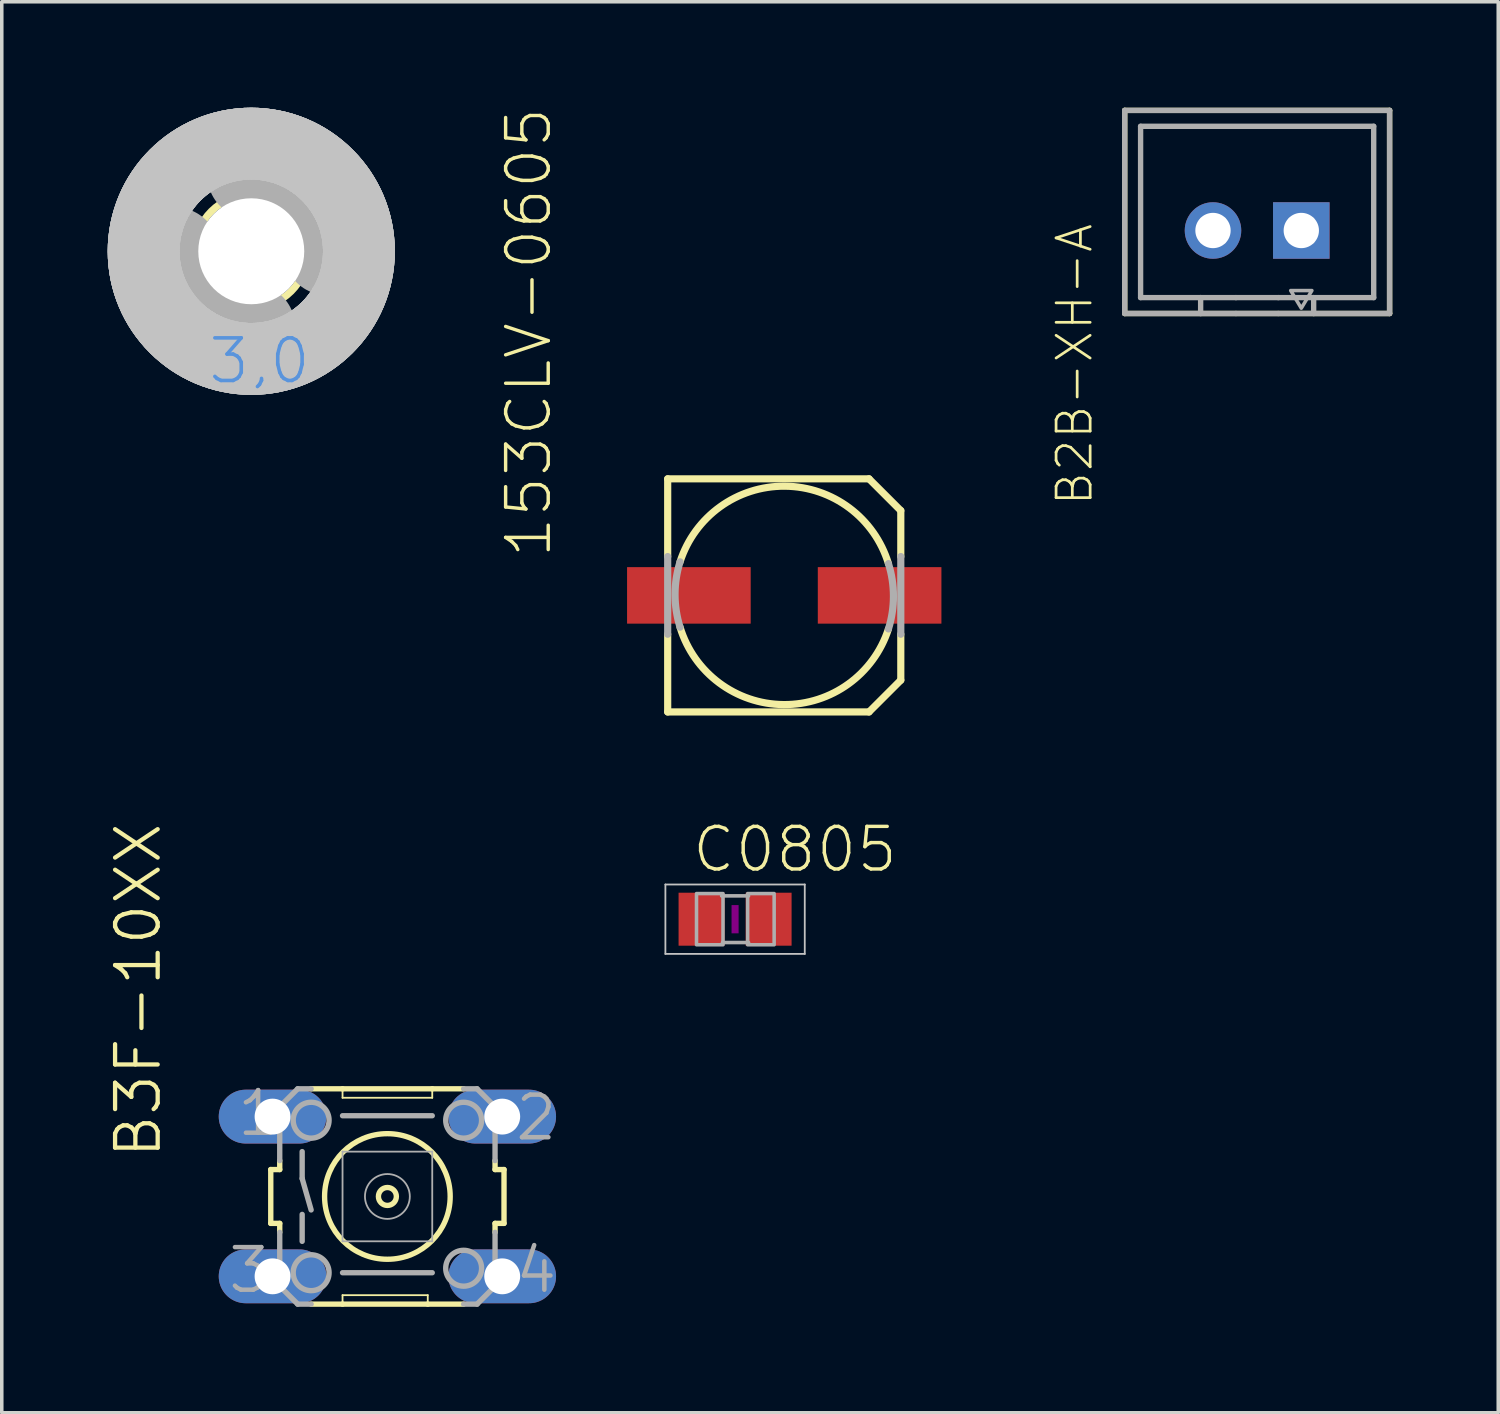
<source format=kicad_pcb>
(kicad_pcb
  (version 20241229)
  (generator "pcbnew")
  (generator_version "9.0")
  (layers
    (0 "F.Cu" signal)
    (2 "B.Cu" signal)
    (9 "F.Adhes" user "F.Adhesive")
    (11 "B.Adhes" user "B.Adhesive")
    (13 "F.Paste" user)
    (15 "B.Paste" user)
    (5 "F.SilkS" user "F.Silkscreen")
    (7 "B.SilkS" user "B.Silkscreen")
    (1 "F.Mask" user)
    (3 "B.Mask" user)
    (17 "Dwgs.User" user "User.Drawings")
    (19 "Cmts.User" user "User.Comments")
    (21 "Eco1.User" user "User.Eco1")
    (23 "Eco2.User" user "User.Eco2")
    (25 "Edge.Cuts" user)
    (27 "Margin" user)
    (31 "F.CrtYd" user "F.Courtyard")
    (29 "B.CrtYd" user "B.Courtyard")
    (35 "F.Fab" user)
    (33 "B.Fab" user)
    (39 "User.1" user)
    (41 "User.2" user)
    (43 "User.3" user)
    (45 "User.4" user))
  (footprint "3,0"
    (layer "F.Cu")
    (at 4.064 4.064)
    (property "Reference" "3,0" (at 0 0 0) (layer "F.SilkS") (effects (font (size 1.27 1.27) (thickness 0.15)) (justify right top)))
    (attr through_hole)
    (fp_circle (center 0 0) (end 1.6 0) (stroke (width 0.203) (type solid)) (fill no) (layer "F.SilkS"))
    (fp_circle (center 0 0) (end 3.429 0) (stroke (width 0.152) (type solid)) (fill no) (layer "F.SilkS"))
    (fp_circle (center 0 0) (end 3.048 0) (stroke (width 2.032) (type solid)) (fill no) (layer "Dwgs.User"))
    (fp_circle (center 0 0) (end 3.048 0) (stroke (width 2.032) (type solid)) (fill no) (layer "Dwgs.User"))
    (fp_circle (center 0 0) (end 3.048 0) (stroke (width 2.032) (type solid)) (fill no) (layer "Dwgs.User"))
    (fp_circle (center 0 0) (end 3.048 0) (stroke (width 2.032) (type solid)) (fill no) (layer "Dwgs.User"))
    (fp_circle (center 0 0) (end 3.048 0) (stroke (width 2.032) (type solid)) (fill no) (layer "Dwgs.User"))
    (fp_arc (start 0 -2.159) (mid 1.526644 -1.526644) (end 2.159 0) (stroke (width 2.4892) (type solid)) (layer "F.Fab"))
    (fp_arc (start 0 2.159) (mid -1.526644 1.526644) (end -2.159 0) (stroke (width 2.4892) (type solid)) (layer "F.Fab"))
    (fp_circle (center 0 0) (end 0.762 0) (stroke (width 0.457) (type solid)) (fill no) (layer "F.Fab"))
    (fp_text user "3,0" (at -1.27 3.81 0) (layer "Cmts.User") (effects (font (size 1.206 1.206) (thickness 0.102)) (justify left bottom)))
    (pad "" np_thru_hole circle (at 0 0) (size 3 3) (drill 3) (layers "*.Cu" "*.Mask")))
  (footprint "B3F-10XX"
    (layer "F.Cu")
    (at 7.918 30.825)
    (property "Reference" "B3F-10XX" (at -6.35 -1.016 270) (layer "F.SilkS") (effects (font (size 1.206 1.206) (thickness 0.121)) (justify left bottom)))
    (attr through_hole)
    (fp_line (start -3.302 -0.762) (end -3.302 0.762) (stroke (width 0.152) (type solid)) (layer "F.SilkS"))
    (fp_line (start -3.302 -0.762) (end -3.048 -0.762) (stroke (width 0.152) (type solid)) (layer "F.SilkS"))
    (fp_line (start -3.048 -0.762) (end -3.048 -1.016) (stroke (width 0.152) (type solid)) (layer "F.SilkS"))
    (fp_line (start -3.048 0.762) (end -3.302 0.762) (stroke (width 0.152) (type solid)) (layer "F.SilkS"))
    (fp_line (start -3.048 0.762) (end -3.048 1.016) (stroke (width 0.152) (type solid)) (layer "F.SilkS"))
    (fp_line (start -2.159 3.048) (end -1.27 3.048) (stroke (width 0.152) (type solid)) (layer "F.SilkS"))
    (fp_line (start -1.27 -3.048) (end -2.159 -3.048) (stroke (width 0.152) (type solid)) (layer "F.SilkS"))
    (fp_line (start -1.27 -3.048) (end -1.27 -2.794) (stroke (width 0.051) (type solid)) (layer "F.SilkS"))
    (fp_line (start -1.27 2.794) (end -1.27 3.048) (stroke (width 0.051) (type solid)) (layer "F.SilkS"))
    (fp_line (start -1.27 3.048) (end 1.143 3.048) (stroke (width 0.152) (type solid)) (layer "F.SilkS"))
    (fp_line (start 1.143 2.794) (end -1.27 2.794) (stroke (width 0.051) (type solid)) (layer "F.SilkS"))
    (fp_line (start 1.143 2.794) (end 1.143 3.048) (stroke (width 0.051) (type solid)) (layer "F.SilkS"))
    (fp_line (start 1.143 3.048) (end 2.159 3.048) (stroke (width 0.152) (type solid)) (layer "F.SilkS"))
    (fp_line (start 1.27 -3.048) (end -1.27 -3.048) (stroke (width 0.152) (type solid)) (layer "F.SilkS"))
    (fp_line (start 1.27 -2.794) (end -1.27 -2.794) (stroke (width 0.051) (type solid)) (layer "F.SilkS"))
    (fp_line (start 1.27 -2.794) (end 1.27 -3.048) (stroke (width 0.051) (type solid)) (layer "F.SilkS"))
    (fp_line (start 2.159 -3.048) (end 1.27 -3.048) (stroke (width 0.152) (type solid)) (layer "F.SilkS"))
    (fp_line (start 3.048 -0.762) (end 3.048 -1.016) (stroke (width 0.152) (type solid)) (layer "F.SilkS"))
    (fp_line (start 3.048 -0.762) (end 3.302 -0.762) (stroke (width 0.152) (type solid)) (layer "F.SilkS"))
    (fp_line (start 3.048 0.762) (end 3.048 1.016) (stroke (width 0.152) (type solid)) (layer "F.SilkS"))
    (fp_line (start 3.302 0.762) (end 3.048 0.762) (stroke (width 0.152) (type solid)) (layer "F.SilkS"))
    (fp_line (start 3.302 0.762) (end 3.302 -0.762) (stroke (width 0.152) (type solid)) (layer "F.SilkS"))
    (fp_circle (center 0 0) (end 0.254 0) (stroke (width 0.152) (type solid)) (fill no) (layer "F.SilkS"))
    (fp_circle (center 0 0) (end 1.778 0) (stroke (width 0.152) (type solid)) (fill no) (layer "F.SilkS"))
    (fp_line (start -3.048 -2.54) (end -3.048 -1.016) (stroke (width 0.152) (type solid)) (layer "F.Fab"))
    (fp_line (start -3.048 2.54) (end -3.048 1.016) (stroke (width 0.152) (type solid)) (layer "F.Fab"))
    (fp_line (start -2.54 -3.048) (end -3.048 -2.54) (stroke (width 0.152) (type solid)) (layer "F.Fab"))
    (fp_line (start -2.54 -3.048) (end -2.159 -3.048) (stroke (width 0.152) (type solid)) (layer "F.Fab"))
    (fp_line (start -2.54 3.048) (end -3.048 2.54) (stroke (width 0.152) (type solid)) (layer "F.Fab"))
    (fp_line (start -2.54 3.048) (end -2.159 3.048) (stroke (width 0.152) (type solid)) (layer "F.Fab"))
    (fp_line (start -2.413 -1.27) (end -2.413 -0.508) (stroke (width 0.152) (type solid)) (layer "F.Fab"))
    (fp_line (start -2.413 -0.508) (end -2.159 0.381) (stroke (width 0.152) (type solid)) (layer "F.Fab"))
    (fp_line (start -2.413 0.508) (end -2.413 1.27) (stroke (width 0.152) (type solid)) (layer "F.Fab"))
    (fp_line (start -1.27 -1.27) (end -1.27 1.27) (stroke (width 0.051) (type solid)) (layer "F.Fab"))
    (fp_line (start -1.27 -1.27) (end 1.27 -1.27) (stroke (width 0.051) (type solid)) (layer "F.Fab"))
    (fp_line (start -1.27 2.159) (end 1.27 2.159) (stroke (width 0.152) (type solid)) (layer "F.Fab"))
    (fp_line (start 1.27 -2.286) (end -1.27 -2.286) (stroke (width 0.152) (type solid)) (layer "F.Fab"))
    (fp_line (start 1.27 1.27) (end -1.27 1.27) (stroke (width 0.051) (type solid)) (layer "F.Fab"))
    (fp_line (start 1.27 1.27) (end 1.27 -1.27) (stroke (width 0.051) (type solid)) (layer "F.Fab"))
    (fp_line (start 2.54 -3.048) (end 2.159 -3.048) (stroke (width 0.152) (type solid)) (layer "F.Fab"))
    (fp_line (start 2.54 3.048) (end 2.159 3.048) (stroke (width 0.152) (type solid)) (layer "F.Fab"))
    (fp_line (start 2.54 3.048) (end 3.048 2.54) (stroke (width 0.152) (type solid)) (layer "F.Fab"))
    (fp_line (start 3.048 -2.54) (end 2.54 -3.048) (stroke (width 0.152) (type solid)) (layer "F.Fab"))
    (fp_line (start 3.048 -1.016) (end 3.048 -2.54) (stroke (width 0.152) (type solid)) (layer "F.Fab"))
    (fp_line (start 3.048 2.54) (end 3.048 1.016) (stroke (width 0.152) (type solid)) (layer "F.Fab"))
    (fp_circle (center -2.159 -2.159) (end -1.651 -2.159) (stroke (width 0.152) (type solid)) (fill no) (layer "F.Fab"))
    (fp_circle (center -2.159 2.159) (end -1.651 2.159) (stroke (width 0.152) (type solid)) (fill no) (layer "F.Fab"))
    (fp_circle (center 0 0) (end 0.635 0) (stroke (width 0.051) (type solid)) (fill no) (layer "F.Fab"))
    (fp_circle (center 2.159 -2.159) (end 2.667 -2.159) (stroke (width 0.152) (type solid)) (fill no) (layer "F.Fab"))
    (fp_circle (center 2.159 2.032) (end 2.667 2.032) (stroke (width 0.152) (type solid)) (fill no) (layer "F.Fab"))
    (fp_text user "3" (at -4.572 2.794 0) (layer "F.Fab") (effects (font (size 1.206 1.206) (thickness 0.127)) (justify left bottom)))
    (fp_text user "4" (at 3.556 2.794 0) (layer "F.Fab") (effects (font (size 1.206 1.206) (thickness 0.127)) (justify left bottom)))
    (fp_text user "2" (at 3.556 -1.524 0) (layer "F.Fab") (effects (font (size 1.206 1.206) (thickness 0.127)) (justify left bottom)))
    (fp_text user "1" (at -4.318 -1.651 0) (layer "F.Fab") (effects (font (size 1.206 1.206) (thickness 0.127)) (justify left bottom)))
    (pad "1" thru_hole oval (at -3.251 -2.261) (size 3.048 1.524) (drill 1.016) (layers "*.Cu" "*.Mask"))
    (pad "2" thru_hole oval (at 3.251 -2.261) (size 3.048 1.524) (drill 1.016) (layers "*.Cu" "*.Mask"))
    (pad "3" thru_hole oval (at -3.251 2.261) (size 3.048 1.524) (drill 1.016) (layers "*.Cu" "*.Mask"))
    (pad "4" thru_hole oval (at 3.251 2.261) (size 3.048 1.524) (drill 1.016) (layers "*.Cu" "*.Mask")))
  (footprint "153CLV-0605"
    (layer "F.Cu")
    (at 19.154 13.807)
    (property "Reference" "153CLV-0605" (at -6.53 -1.004 270) (layer "F.SilkS") (effects (font (size 1.206 1.206) (thickness 0.097)) (justify left bottom)))
    (attr through_hole)
    (fp_line (start -3.3 -3.3) (end 2.4 -3.3) (stroke (width 0.203) (type solid)) (layer "F.SilkS"))
    (fp_line (start -3.3 -1.1) (end -3.3 -3.3) (stroke (width 0.203) (type solid)) (layer "F.SilkS"))
    (fp_line (start -3.3 3.3) (end -3.3 1.1) (stroke (width 0.203) (type solid)) (layer "F.SilkS"))
    (fp_line (start 2.4 -3.3) (end 3.3 -2.4) (stroke (width 0.203) (type solid)) (layer "F.SilkS"))
    (fp_line (start 2.4 3.3) (end -3.3 3.3) (stroke (width 0.203) (type solid)) (layer "F.SilkS"))
    (fp_line (start 3.3 -2.4) (end 3.3 -1.1) (stroke (width 0.203) (type solid)) (layer "F.SilkS"))
    (fp_line (start 3.3 1.1) (end 3.3 2.4) (stroke (width 0.203) (type solid)) (layer "F.SilkS"))
    (fp_line (start 3.3 2.4) (end 2.4 3.3) (stroke (width 0.203) (type solid)) (layer "F.SilkS"))
    (fp_arc (start -2.95 -0.95) (mid 0.018362 -3.091623) (end 2.950002 -0.900001) (stroke (width 0.2032) (type solid)) (layer "F.SilkS"))
    (fp_arc (start 2.949998 0.949999) (mid -0.018362 3.09162) (end -2.95 0.9) (stroke (width 0.2032) (type solid)) (layer "F.SilkS"))
    (fp_line (start -3.3 1.1) (end -3.3 -1.1) (stroke (width 0.203) (type solid)) (layer "F.Fab"))
    (fp_line (start 3.3 -1.1) (end 3.3 1.1) (stroke (width 0.203) (type solid)) (layer "F.Fab"))
    (fp_arc (start -2.95 0.9) (mid -3.091622 -0.025) (end -2.95 -0.95) (stroke (width 0.2032) (type solid)) (layer "F.Fab"))
    (fp_arc (start 2.95 -0.9) (mid 3.091622 0.025) (end 2.95 0.95) (stroke (width 0.2032) (type solid)) (layer "F.Fab"))
    (pad "+" smd rect (at 2.7 0) (size 3.5 1.6) (layers "F.Cu" "F.Mask" "F.Paste"))
    (pad "-" smd rect (at -2.7 0) (size 3.5 1.6) (layers "F.Cu" "F.Mask" "F.Paste")))
  (footprint "C0805"
    (layer "F.Cu")
    (at 17.762 22.975)
    (property "Reference" "C0805" (at -1.27 -1.27 0) (layer "F.SilkS") (effects (font (size 1.206 1.206) (thickness 0.097)) (justify left bottom)))
    (attr through_hole)
    (fp_poly (pts (xy -0.1 0.4) (xy 0.1 0.4) (xy 0.1 -0.4) (xy -0.1 -0.4)) (stroke (width 0) (type solid)) (fill yes) (layer "F.Adhes"))
    (fp_line (start -1.973 -0.983) (end 1.973 -0.983) (stroke (width 0.051) (type solid)) (layer "Dwgs.User"))
    (fp_line (start -1.973 0.983) (end -1.973 -0.983) (stroke (width 0.051) (type solid)) (layer "Dwgs.User"))
    (fp_line (start 1.973 -0.983) (end 1.973 0.983) (stroke (width 0.051) (type solid)) (layer "Dwgs.User"))
    (fp_line (start 1.973 0.983) (end -1.973 0.983) (stroke (width 0.051) (type solid)) (layer "Dwgs.User"))
    (fp_line (start -0.381 -0.66) (end 0.381 -0.66) (stroke (width 0.102) (type solid)) (layer "F.Fab"))
    (fp_line (start -0.356 0.66) (end 0.381 0.66) (stroke (width 0.102) (type solid)) (layer "F.Fab"))
    (fp_poly (pts (xy -1.092 0.724) (xy -0.342 0.724) (xy -0.342 -0.726) (xy -1.092 -0.726)) (stroke (width 0.1) (type solid)) (fill no) (layer "F.Fab"))
    (fp_poly (pts (xy 0.356 0.724) (xy 1.106 0.724) (xy 1.106 -0.726) (xy 0.356 -0.726)) (stroke (width 0.1) (type solid)) (fill no) (layer "F.Fab"))
    (pad "1" smd rect (at -0.95 0) (size 1.3 1.5) (layers "F.Cu" "F.Mask" "F.Paste"))
    (pad "2" smd rect (at 0.95 0) (size 1.3 1.5) (layers "F.Cu" "F.Mask" "F.Paste")))
  (footprint "B2B-XH-A"
    (layer "F.Cu")
    (at 32.543 3.476)
    (property "Reference" "B2B-XH-A" (at -5.735 -0.254 270) (layer "F.SilkS") (effects (font (size 0.965 0.965) (thickness 0.077)) (justify right top)))
    (attr through_hole)
    (fp_line (start -3.75 -3.4) (end 3.75 -3.4) (stroke (width 0.152) (type solid)) (layer "F.SilkS"))
    (fp_line (start -3.75 2.35) (end -3.75 -3.4) (stroke (width 0.152) (type solid)) (layer "F.SilkS"))
    (fp_line (start 3.75 -3.4) (end 3.75 2.35) (stroke (width 0.152) (type solid)) (layer "F.SilkS"))
    (fp_line (start 3.75 2.35) (end -3.75 2.35) (stroke (width 0.152) (type solid)) (layer "F.SilkS"))
    (fp_line (start -3.75 -3.4) (end 3.75 -3.4) (stroke (width 0.152) (type solid)) (layer "F.Fab"))
    (fp_line (start -3.75 2.35) (end -3.75 -3.4) (stroke (width 0.152) (type solid)) (layer "F.Fab"))
    (fp_line (start -3.3 -2.95) (end -3.3 1.9) (stroke (width 0.152) (type solid)) (layer "F.Fab"))
    (fp_line (start -3.3 -2.95) (end 3.3 -2.95) (stroke (width 0.152) (type solid)) (layer "F.Fab"))
    (fp_line (start -3.3 1.9) (end -1.6 1.9) (stroke (width 0.152) (type solid)) (layer "F.Fab"))
    (fp_line (start -1.6 1.9) (end -1.6 2.35) (stroke (width 0.152) (type solid)) (layer "F.Fab"))
    (fp_line (start -1.6 1.9) (end -0.6 1.9) (stroke (width 0.152) (type solid)) (layer "F.Fab"))
    (fp_line (start -1.6 2.35) (end -3.75 2.35) (stroke (width 0.152) (type solid)) (layer "F.Fab"))
    (fp_line (start -0.6 1.9) (end 0.6 1.9) (stroke (width 0.152) (type solid)) (layer "F.Fab"))
    (fp_line (start -0.6 2.35) (end -1.6 2.35) (stroke (width 0.152) (type solid)) (layer "F.Fab"))
    (fp_line (start 0.6 1.9) (end 1.6 1.9) (stroke (width 0.152) (type solid)) (layer "F.Fab"))
    (fp_line (start 0.6 2.35) (end -0.6 2.35) (stroke (width 0.152) (type solid)) (layer "F.Fab"))
    (fp_line (start 1.6 1.9) (end 1.6 2.35) (stroke (width 0.152) (type solid)) (layer "F.Fab"))
    (fp_line (start 1.6 1.9) (end 3.3 1.9) (stroke (width 0.152) (type solid)) (layer "F.Fab"))
    (fp_line (start 1.6 2.35) (end 0.6 2.35) (stroke (width 0.152) (type solid)) (layer "F.Fab"))
    (fp_line (start 3.3 -2.95) (end 3.3 1.9) (stroke (width 0.152) (type solid)) (layer "F.Fab"))
    (fp_line (start 3.75 -3.4) (end 3.75 2.35) (stroke (width 0.152) (type solid)) (layer "F.Fab"))
    (fp_line (start 3.75 2.35) (end 1.6 2.35) (stroke (width 0.152) (type solid)) (layer "F.Fab"))
    (fp_poly (pts (xy 1.25 2.2) (xy 0.95 1.7) (xy 1.55 1.7)) (stroke (width 0.1) (type solid)) (fill no) (layer "F.Fab"))
    (fp_poly (pts (xy -1.57 0.32) (xy -0.93 0.32) (xy -0.93 -0.32) (xy -1.57 -0.32)) (stroke (width 0.1) (type solid)) (fill no) (layer "F.Fab"))
    (fp_poly (pts (xy 0.93 0.32) (xy 1.57 0.32) (xy 1.57 -0.32) (xy 0.93 -0.32)) (stroke (width 0.1) (type solid)) (fill no) (layer "F.Fab"))
    (pad "1" thru_hole rect (at 1.25 0) (size 1.6 1.6) (drill 1) (layers "*.Cu" "*.Mask"))
    (pad "2" thru_hole circle (at -1.25 0) (size 1.6 1.6) (drill 1) (layers "*.Cu" "*.Mask")))
  (gr_rect
    (start -3 -3)
    (end 39.369 36.949)
    (stroke (width 0.1) (type default))
    (fill no)
    (layer "Edge.Cuts")))
</source>
